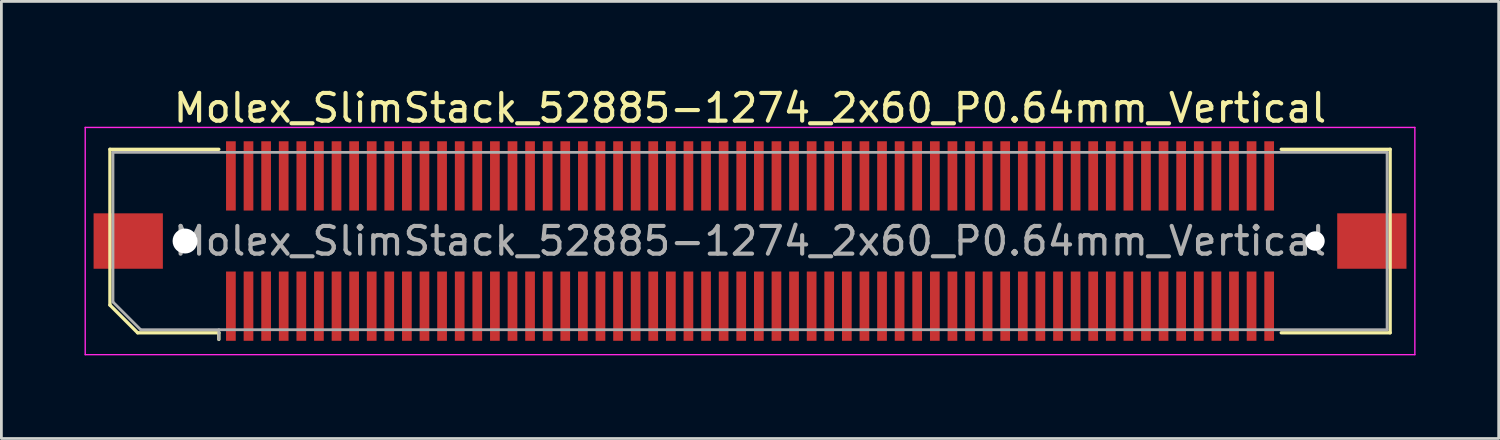
<source format=kicad_pcb>
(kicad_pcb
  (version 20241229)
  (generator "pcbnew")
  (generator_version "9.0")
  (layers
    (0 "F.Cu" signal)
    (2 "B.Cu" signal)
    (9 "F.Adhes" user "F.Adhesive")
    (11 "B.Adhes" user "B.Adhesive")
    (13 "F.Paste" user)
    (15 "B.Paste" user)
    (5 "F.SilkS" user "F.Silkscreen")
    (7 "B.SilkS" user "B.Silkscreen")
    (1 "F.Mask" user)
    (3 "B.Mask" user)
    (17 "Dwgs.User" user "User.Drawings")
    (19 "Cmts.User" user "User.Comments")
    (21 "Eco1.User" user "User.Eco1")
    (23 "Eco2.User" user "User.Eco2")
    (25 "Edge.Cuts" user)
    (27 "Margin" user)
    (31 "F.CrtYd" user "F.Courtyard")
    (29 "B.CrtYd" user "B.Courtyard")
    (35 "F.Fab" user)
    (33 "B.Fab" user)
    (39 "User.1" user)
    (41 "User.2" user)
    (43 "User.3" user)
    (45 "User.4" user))
  (footprint "Molex_SlimStack_52885-1274_2x60_P0.64mm_Vertical"
    (layer "F.Cu")
    (at 24.015 5.648)
    (property "Reference" "Molex_SlimStack_52885-1274_2x60_P0.64mm_Vertical" (at 0 -4.8 0) (layer "F.SilkS") (effects (font (size 1 1) (thickness 0.15))))
    (attr smd)
    (fp_line (start -23.098 -3.31) (end -19.168 -3.31) (stroke (width 0.12) (type solid)) (layer "F.SilkS"))
    (fp_line (start -23.098 2.31) (end -23.098 -3.31) (stroke (width 0.12) (type solid)) (layer "F.SilkS"))
    (fp_line (start -22.098 3.31) (end -23.098 2.31) (stroke (width 0.12) (type solid)) (layer "F.SilkS"))
    (fp_line (start -19.168 3.31) (end -22.098 3.31) (stroke (width 0.12) (type solid)) (layer "F.SilkS"))
    (fp_line (start -19.168 3.55) (end -19.168 3.31) (stroke (width 0.12) (type solid)) (layer "F.SilkS"))
    (fp_line (start 19.168 3.31) (end 23.098 3.31) (stroke (width 0.12) (type solid)) (layer "F.SilkS"))
    (fp_line (start 23.098 -3.31) (end 19.168 -3.31) (stroke (width 0.12) (type solid)) (layer "F.SilkS"))
    (fp_line (start 23.098 3.31) (end 23.098 -3.31) (stroke (width 0.12) (type solid)) (layer "F.SilkS"))
    (fp_line (start -23.99 -4.1) (end -23.99 4.1) (stroke (width 0.05) (type solid)) (layer "F.CrtYd"))
    (fp_line (start -23.99 4.1) (end 23.99 4.1) (stroke (width 0.05) (type solid)) (layer "F.CrtYd"))
    (fp_line (start 23.99 -4.1) (end -23.99 -4.1) (stroke (width 0.05) (type solid)) (layer "F.CrtYd"))
    (fp_line (start 23.99 4.1) (end 23.99 -4.1) (stroke (width 0.05) (type solid)) (layer "F.CrtYd"))
    (fp_line (start -22.988 -3.2) (end -22.988 2.2) (stroke (width 0.1) (type solid)) (layer "F.Fab"))
    (fp_line (start -22.988 2.2) (end -21.988 3.2) (stroke (width 0.1) (type solid)) (layer "F.Fab"))
    (fp_line (start -21.988 3.2) (end 22.988 3.2) (stroke (width 0.1) (type solid)) (layer "F.Fab"))
    (fp_line (start -19.168 3.2) (end -19.168 3.55) (stroke (width 0.1) (type solid)) (layer "F.Fab"))
    (fp_line (start 22.988 -3.2) (end -22.988 -3.2) (stroke (width 0.1) (type solid)) (layer "F.Fab"))
    (fp_line (start 22.988 3.2) (end 22.988 -3.2) (stroke (width 0.1) (type solid)) (layer "F.Fab"))
    (fp_text user "${REFERENCE}" (at 0 0 0) (layer "F.Fab") (effects (font (size 1 1) (thickness 0.15))))
    (pad "" smd rect (at -22.438 0) (size 2.5 2) (layers "F.Cu" "F.Mask" "F.Paste"))
    (pad "" np_thru_hole circle (at -20.387 0) (size 0.9 0.9) (drill 0.9) (layers "*.Cu" "*.Mask"))
    (pad "" np_thru_hole circle (at 20.387 0) (size 0.7 0.7) (drill 0.7) (layers "*.Cu" "*.Mask"))
    (pad "" smd rect (at 22.438 0) (size 2.5 2) (layers "F.Cu" "F.Mask" "F.Paste"))
    (pad "1" smd rect (at -18.733 2.35) (size 0.35 2.5) (layers "F.Cu" "F.Mask" "F.Paste"))
    (pad "2" smd rect (at -18.733 -2.35) (size 0.35 2.5) (layers "F.Cu" "F.Mask" "F.Paste"))
    (pad "3" smd rect (at -18.098 2.35) (size 0.35 2.5) (layers "F.Cu" "F.Mask" "F.Paste"))
    (pad "4" smd rect (at -18.098 -2.35) (size 0.35 2.5) (layers "F.Cu" "F.Mask" "F.Paste"))
    (pad "5" smd rect (at -17.462 2.35) (size 0.35 2.5) (layers "F.Cu" "F.Mask" "F.Paste"))
    (pad "6" smd rect (at -17.462 -2.35) (size 0.35 2.5) (layers "F.Cu" "F.Mask" "F.Paste"))
    (pad "7" smd rect (at -16.828 2.35) (size 0.35 2.5) (layers "F.Cu" "F.Mask" "F.Paste"))
    (pad "8" smd rect (at -16.828 -2.35) (size 0.35 2.5) (layers "F.Cu" "F.Mask" "F.Paste"))
    (pad "9" smd rect (at -16.192 2.35) (size 0.35 2.5) (layers "F.Cu" "F.Mask" "F.Paste"))
    (pad "10" smd rect (at -16.192 -2.35) (size 0.35 2.5) (layers "F.Cu" "F.Mask" "F.Paste"))
    (pad "11" smd rect (at -15.557 2.35) (size 0.35 2.5) (layers "F.Cu" "F.Mask" "F.Paste"))
    (pad "12" smd rect (at -15.557 -2.35) (size 0.35 2.5) (layers "F.Cu" "F.Mask" "F.Paste"))
    (pad "13" smd rect (at -14.922 2.35) (size 0.35 2.5) (layers "F.Cu" "F.Mask" "F.Paste"))
    (pad "14" smd rect (at -14.922 -2.35) (size 0.35 2.5) (layers "F.Cu" "F.Mask" "F.Paste"))
    (pad "15" smd rect (at -14.287 2.35) (size 0.35 2.5) (layers "F.Cu" "F.Mask" "F.Paste"))
    (pad "16" smd rect (at -14.287 -2.35) (size 0.35 2.5) (layers "F.Cu" "F.Mask" "F.Paste"))
    (pad "17" smd rect (at -13.652 2.35) (size 0.35 2.5) (layers "F.Cu" "F.Mask" "F.Paste"))
    (pad "18" smd rect (at -13.652 -2.35) (size 0.35 2.5) (layers "F.Cu" "F.Mask" "F.Paste"))
    (pad "19" smd rect (at -13.018 2.35) (size 0.35 2.5) (layers "F.Cu" "F.Mask" "F.Paste"))
    (pad "20" smd rect (at -13.018 -2.35) (size 0.35 2.5) (layers "F.Cu" "F.Mask" "F.Paste"))
    (pad "21" smd rect (at -12.383 2.35) (size 0.35 2.5) (layers "F.Cu" "F.Mask" "F.Paste"))
    (pad "22" smd rect (at -12.383 -2.35) (size 0.35 2.5) (layers "F.Cu" "F.Mask" "F.Paste"))
    (pad "23" smd rect (at -11.748 2.35) (size 0.35 2.5) (layers "F.Cu" "F.Mask" "F.Paste"))
    (pad "24" smd rect (at -11.748 -2.35) (size 0.35 2.5) (layers "F.Cu" "F.Mask" "F.Paste"))
    (pad "25" smd rect (at -11.113 2.35) (size 0.35 2.5) (layers "F.Cu" "F.Mask" "F.Paste"))
    (pad "26" smd rect (at -11.113 -2.35) (size 0.35 2.5) (layers "F.Cu" "F.Mask" "F.Paste"))
    (pad "27" smd rect (at -10.477 2.35) (size 0.35 2.5) (layers "F.Cu" "F.Mask" "F.Paste"))
    (pad "28" smd rect (at -10.477 -2.35) (size 0.35 2.5) (layers "F.Cu" "F.Mask" "F.Paste"))
    (pad "29" smd rect (at -9.842 2.35) (size 0.35 2.5) (layers "F.Cu" "F.Mask" "F.Paste"))
    (pad "30" smd rect (at -9.842 -2.35) (size 0.35 2.5) (layers "F.Cu" "F.Mask" "F.Paste"))
    (pad "31" smd rect (at -9.207 2.35) (size 0.35 2.5) (layers "F.Cu" "F.Mask" "F.Paste"))
    (pad "32" smd rect (at -9.207 -2.35) (size 0.35 2.5) (layers "F.Cu" "F.Mask" "F.Paste"))
    (pad "33" smd rect (at -8.572 2.35) (size 0.35 2.5) (layers "F.Cu" "F.Mask" "F.Paste"))
    (pad "34" smd rect (at -8.572 -2.35) (size 0.35 2.5) (layers "F.Cu" "F.Mask" "F.Paste"))
    (pad "35" smd rect (at -7.938 2.35) (size 0.35 2.5) (layers "F.Cu" "F.Mask" "F.Paste"))
    (pad "36" smd rect (at -7.938 -2.35) (size 0.35 2.5) (layers "F.Cu" "F.Mask" "F.Paste"))
    (pad "37" smd rect (at -7.303 2.35) (size 0.35 2.5) (layers "F.Cu" "F.Mask" "F.Paste"))
    (pad "38" smd rect (at -7.303 -2.35) (size 0.35 2.5) (layers "F.Cu" "F.Mask" "F.Paste"))
    (pad "39" smd rect (at -6.668 2.35) (size 0.35 2.5) (layers "F.Cu" "F.Mask" "F.Paste"))
    (pad "40" smd rect (at -6.668 -2.35) (size 0.35 2.5) (layers "F.Cu" "F.Mask" "F.Paste"))
    (pad "41" smd rect (at -6.032 2.35) (size 0.35 2.5) (layers "F.Cu" "F.Mask" "F.Paste"))
    (pad "42" smd rect (at -6.032 -2.35) (size 0.35 2.5) (layers "F.Cu" "F.Mask" "F.Paste"))
    (pad "43" smd rect (at -5.397 2.35) (size 0.35 2.5) (layers "F.Cu" "F.Mask" "F.Paste"))
    (pad "44" smd rect (at -5.397 -2.35) (size 0.35 2.5) (layers "F.Cu" "F.Mask" "F.Paste"))
    (pad "45" smd rect (at -4.763 2.35) (size 0.35 2.5) (layers "F.Cu" "F.Mask" "F.Paste"))
    (pad "46" smd rect (at -4.763 -2.35) (size 0.35 2.5) (layers "F.Cu" "F.Mask" "F.Paste"))
    (pad "47" smd rect (at -4.128 2.35) (size 0.35 2.5) (layers "F.Cu" "F.Mask" "F.Paste"))
    (pad "48" smd rect (at -4.128 -2.35) (size 0.35 2.5) (layers "F.Cu" "F.Mask" "F.Paste"))
    (pad "49" smd rect (at -3.493 2.35) (size 0.35 2.5) (layers "F.Cu" "F.Mask" "F.Paste"))
    (pad "50" smd rect (at -3.493 -2.35) (size 0.35 2.5) (layers "F.Cu" "F.Mask" "F.Paste"))
    (pad "51" smd rect (at -2.857 2.35) (size 0.35 2.5) (layers "F.Cu" "F.Mask" "F.Paste"))
    (pad "52" smd rect (at -2.857 -2.35) (size 0.35 2.5) (layers "F.Cu" "F.Mask" "F.Paste"))
    (pad "53" smd rect (at -2.223 2.35) (size 0.35 2.5) (layers "F.Cu" "F.Mask" "F.Paste"))
    (pad "54" smd rect (at -2.223 -2.35) (size 0.35 2.5) (layers "F.Cu" "F.Mask" "F.Paste"))
    (pad "55" smd rect (at -1.587 2.35) (size 0.35 2.5) (layers "F.Cu" "F.Mask" "F.Paste"))
    (pad "56" smd rect (at -1.587 -2.35) (size 0.35 2.5) (layers "F.Cu" "F.Mask" "F.Paste"))
    (pad "57" smd rect (at -0.953 2.35) (size 0.35 2.5) (layers "F.Cu" "F.Mask" "F.Paste"))
    (pad "58" smd rect (at -0.953 -2.35) (size 0.35 2.5) (layers "F.Cu" "F.Mask" "F.Paste"))
    (pad "59" smd rect (at -0.318 2.35) (size 0.35 2.5) (layers "F.Cu" "F.Mask" "F.Paste"))
    (pad "60" smd rect (at -0.318 -2.35) (size 0.35 2.5) (layers "F.Cu" "F.Mask" "F.Paste"))
    (pad "61" smd rect (at 0.318 2.35) (size 0.35 2.5) (layers "F.Cu" "F.Mask" "F.Paste"))
    (pad "62" smd rect (at 0.318 -2.35) (size 0.35 2.5) (layers "F.Cu" "F.Mask" "F.Paste"))
    (pad "63" smd rect (at 0.953 2.35) (size 0.35 2.5) (layers "F.Cu" "F.Mask" "F.Paste"))
    (pad "64" smd rect (at 0.953 -2.35) (size 0.35 2.5) (layers "F.Cu" "F.Mask" "F.Paste"))
    (pad "65" smd rect (at 1.587 2.35) (size 0.35 2.5) (layers "F.Cu" "F.Mask" "F.Paste"))
    (pad "66" smd rect (at 1.587 -2.35) (size 0.35 2.5) (layers "F.Cu" "F.Mask" "F.Paste"))
    (pad "67" smd rect (at 2.223 2.35) (size 0.35 2.5) (layers "F.Cu" "F.Mask" "F.Paste"))
    (pad "68" smd rect (at 2.223 -2.35) (size 0.35 2.5) (layers "F.Cu" "F.Mask" "F.Paste"))
    (pad "69" smd rect (at 2.857 2.35) (size 0.35 2.5) (layers "F.Cu" "F.Mask" "F.Paste"))
    (pad "70" smd rect (at 2.857 -2.35) (size 0.35 2.5) (layers "F.Cu" "F.Mask" "F.Paste"))
    (pad "71" smd rect (at 3.493 2.35) (size 0.35 2.5) (layers "F.Cu" "F.Mask" "F.Paste"))
    (pad "72" smd rect (at 3.493 -2.35) (size 0.35 2.5) (layers "F.Cu" "F.Mask" "F.Paste"))
    (pad "73" smd rect (at 4.128 2.35) (size 0.35 2.5) (layers "F.Cu" "F.Mask" "F.Paste"))
    (pad "74" smd rect (at 4.128 -2.35) (size 0.35 2.5) (layers "F.Cu" "F.Mask" "F.Paste"))
    (pad "75" smd rect (at 4.763 2.35) (size 0.35 2.5) (layers "F.Cu" "F.Mask" "F.Paste"))
    (pad "76" smd rect (at 4.763 -2.35) (size 0.35 2.5) (layers "F.Cu" "F.Mask" "F.Paste"))
    (pad "77" smd rect (at 5.397 2.35) (size 0.35 2.5) (layers "F.Cu" "F.Mask" "F.Paste"))
    (pad "78" smd rect (at 5.397 -2.35) (size 0.35 2.5) (layers "F.Cu" "F.Mask" "F.Paste"))
    (pad "79" smd rect (at 6.032 2.35) (size 0.35 2.5) (layers "F.Cu" "F.Mask" "F.Paste"))
    (pad "80" smd rect (at 6.032 -2.35) (size 0.35 2.5) (layers "F.Cu" "F.Mask" "F.Paste"))
    (pad "81" smd rect (at 6.668 2.35) (size 0.35 2.5) (layers "F.Cu" "F.Mask" "F.Paste"))
    (pad "82" smd rect (at 6.668 -2.35) (size 0.35 2.5) (layers "F.Cu" "F.Mask" "F.Paste"))
    (pad "83" smd rect (at 7.303 2.35) (size 0.35 2.5) (layers "F.Cu" "F.Mask" "F.Paste"))
    (pad "84" smd rect (at 7.303 -2.35) (size 0.35 2.5) (layers "F.Cu" "F.Mask" "F.Paste"))
    (pad "85" smd rect (at 7.938 2.35) (size 0.35 2.5) (layers "F.Cu" "F.Mask" "F.Paste"))
    (pad "86" smd rect (at 7.938 -2.35) (size 0.35 2.5) (layers "F.Cu" "F.Mask" "F.Paste"))
    (pad "87" smd rect (at 8.572 2.35) (size 0.35 2.5) (layers "F.Cu" "F.Mask" "F.Paste"))
    (pad "88" smd rect (at 8.572 -2.35) (size 0.35 2.5) (layers "F.Cu" "F.Mask" "F.Paste"))
    (pad "89" smd rect (at 9.207 2.35) (size 0.35 2.5) (layers "F.Cu" "F.Mask" "F.Paste"))
    (pad "90" smd rect (at 9.207 -2.35) (size 0.35 2.5) (layers "F.Cu" "F.Mask" "F.Paste"))
    (pad "91" smd rect (at 9.842 2.35) (size 0.35 2.5) (layers "F.Cu" "F.Mask" "F.Paste"))
    (pad "92" smd rect (at 9.842 -2.35) (size 0.35 2.5) (layers "F.Cu" "F.Mask" "F.Paste"))
    (pad "93" smd rect (at 10.477 2.35) (size 0.35 2.5) (layers "F.Cu" "F.Mask" "F.Paste"))
    (pad "94" smd rect (at 10.477 -2.35) (size 0.35 2.5) (layers "F.Cu" "F.Mask" "F.Paste"))
    (pad "95" smd rect (at 11.113 2.35) (size 0.35 2.5) (layers "F.Cu" "F.Mask" "F.Paste"))
    (pad "96" smd rect (at 11.113 -2.35) (size 0.35 2.5) (layers "F.Cu" "F.Mask" "F.Paste"))
    (pad "97" smd rect (at 11.748 2.35) (size 0.35 2.5) (layers "F.Cu" "F.Mask" "F.Paste"))
    (pad "98" smd rect (at 11.748 -2.35) (size 0.35 2.5) (layers "F.Cu" "F.Mask" "F.Paste"))
    (pad "99" smd rect (at 12.383 2.35) (size 0.35 2.5) (layers "F.Cu" "F.Mask" "F.Paste"))
    (pad "100" smd rect (at 12.383 -2.35) (size 0.35 2.5) (layers "F.Cu" "F.Mask" "F.Paste"))
    (pad "101" smd rect (at 13.018 2.35) (size 0.35 2.5) (layers "F.Cu" "F.Mask" "F.Paste"))
    (pad "102" smd rect (at 13.018 -2.35) (size 0.35 2.5) (layers "F.Cu" "F.Mask" "F.Paste"))
    (pad "103" smd rect (at 13.652 2.35) (size 0.35 2.5) (layers "F.Cu" "F.Mask" "F.Paste"))
    (pad "104" smd rect (at 13.652 -2.35) (size 0.35 2.5) (layers "F.Cu" "F.Mask" "F.Paste"))
    (pad "105" smd rect (at 14.287 2.35) (size 0.35 2.5) (layers "F.Cu" "F.Mask" "F.Paste"))
    (pad "106" smd rect (at 14.287 -2.35) (size 0.35 2.5) (layers "F.Cu" "F.Mask" "F.Paste"))
    (pad "107" smd rect (at 14.922 2.35) (size 0.35 2.5) (layers "F.Cu" "F.Mask" "F.Paste"))
    (pad "108" smd rect (at 14.922 -2.35) (size 0.35 2.5) (layers "F.Cu" "F.Mask" "F.Paste"))
    (pad "109" smd rect (at 15.557 2.35) (size 0.35 2.5) (layers "F.Cu" "F.Mask" "F.Paste"))
    (pad "110" smd rect (at 15.557 -2.35) (size 0.35 2.5) (layers "F.Cu" "F.Mask" "F.Paste"))
    (pad "111" smd rect (at 16.192 2.35) (size 0.35 2.5) (layers "F.Cu" "F.Mask" "F.Paste"))
    (pad "112" smd rect (at 16.192 -2.35) (size 0.35 2.5) (layers "F.Cu" "F.Mask" "F.Paste"))
    (pad "113" smd rect (at 16.828 2.35) (size 0.35 2.5) (layers "F.Cu" "F.Mask" "F.Paste"))
    (pad "114" smd rect (at 16.828 -2.35) (size 0.35 2.5) (layers "F.Cu" "F.Mask" "F.Paste"))
    (pad "115" smd rect (at 17.462 2.35) (size 0.35 2.5) (layers "F.Cu" "F.Mask" "F.Paste"))
    (pad "116" smd rect (at 17.462 -2.35) (size 0.35 2.5) (layers "F.Cu" "F.Mask" "F.Paste"))
    (pad "117" smd rect (at 18.098 2.35) (size 0.35 2.5) (layers "F.Cu" "F.Mask" "F.Paste"))
    (pad "118" smd rect (at 18.098 -2.35) (size 0.35 2.5) (layers "F.Cu" "F.Mask" "F.Paste"))
    (pad "119" smd rect (at 18.733 2.35) (size 0.35 2.5) (layers "F.Cu" "F.Mask" "F.Paste"))
    (pad "120" smd rect (at 18.733 -2.35) (size 0.35 2.5) (layers "F.Cu" "F.Mask" "F.Paste")))
  (gr_rect
    (start -3 -3)
    (end 51.03 12.773)
    (stroke (width 0.1) (type default))
    (fill no)
    (layer "Edge.Cuts")))
</source>
